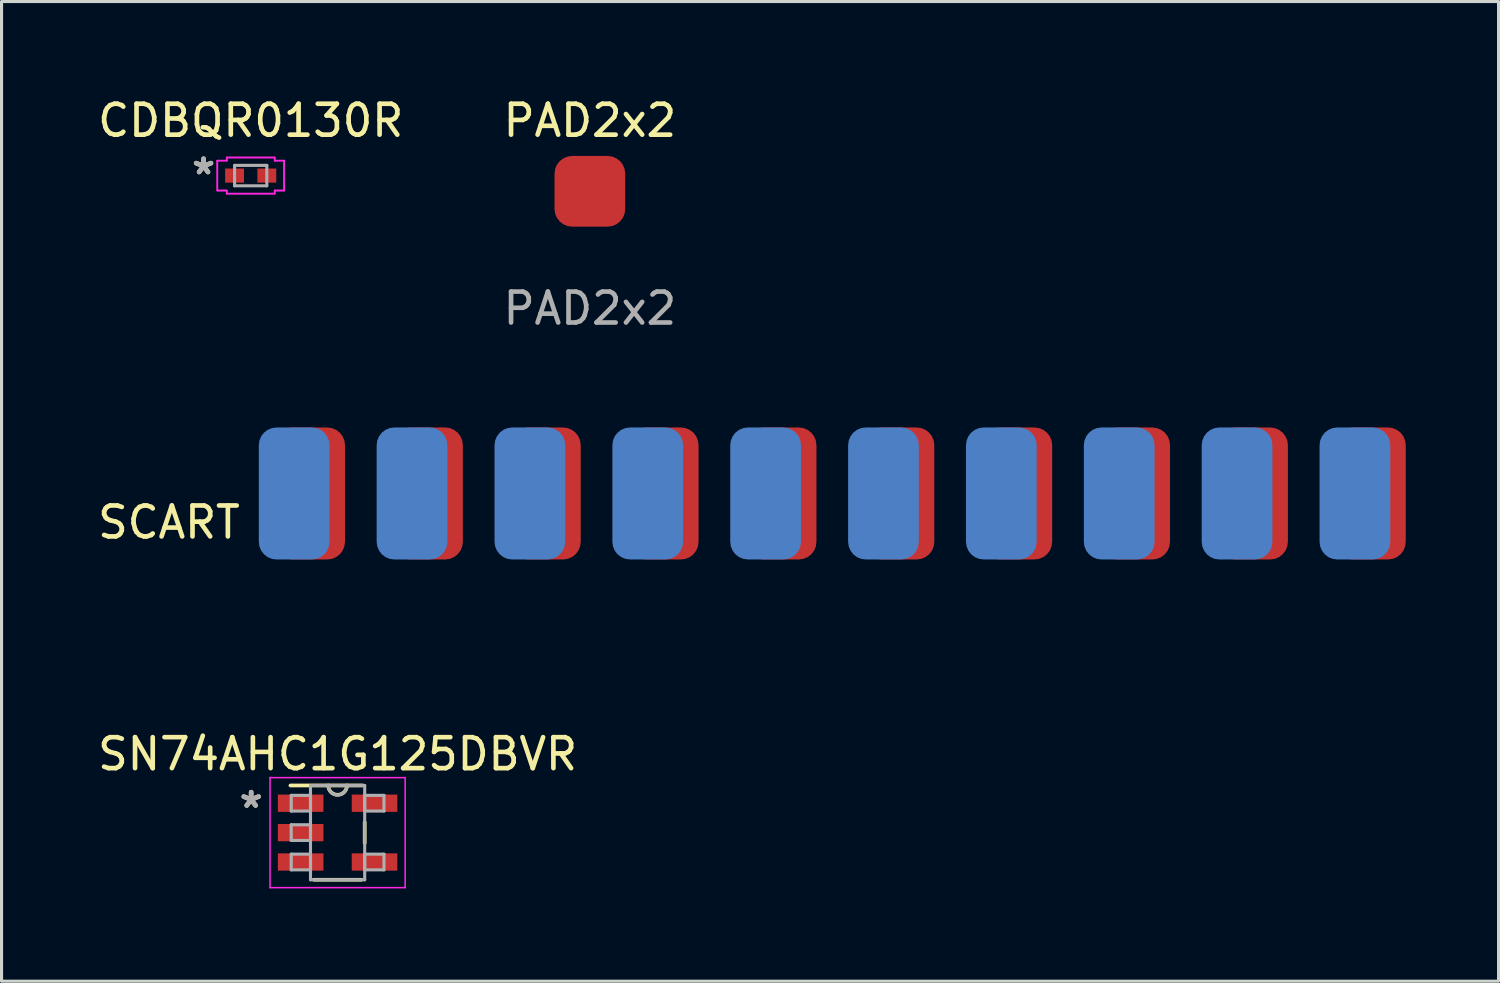
<source format=kicad_pcb>
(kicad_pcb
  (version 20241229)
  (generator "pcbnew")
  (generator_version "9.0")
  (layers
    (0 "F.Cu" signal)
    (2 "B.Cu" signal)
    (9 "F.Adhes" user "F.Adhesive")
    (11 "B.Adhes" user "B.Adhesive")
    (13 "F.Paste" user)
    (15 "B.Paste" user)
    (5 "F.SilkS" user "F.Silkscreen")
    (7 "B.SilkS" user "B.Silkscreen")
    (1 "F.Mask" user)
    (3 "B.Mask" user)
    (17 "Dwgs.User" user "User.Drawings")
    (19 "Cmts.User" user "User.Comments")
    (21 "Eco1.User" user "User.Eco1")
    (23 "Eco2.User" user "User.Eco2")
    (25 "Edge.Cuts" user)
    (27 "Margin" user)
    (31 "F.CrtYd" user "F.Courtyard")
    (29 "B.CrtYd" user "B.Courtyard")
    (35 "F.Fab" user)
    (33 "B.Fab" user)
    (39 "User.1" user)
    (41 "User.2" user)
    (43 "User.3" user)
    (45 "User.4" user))
  (footprint "SCART"
    (layer "F.Cu")
    (at 6.475 15.613)
    (property "Reference" "SCART" (at -4.064 -1.778 0) (unlocked yes) (layer "F.SilkS") (effects (font (size 1 1) (thickness 0.15))))
    (attr smd)
    (fp_line (start 0 0) (end 34.29 0) (stroke (width 0.12) (type solid)) (layer "User.1"))
    (fp_text user "PCB MARGIN" (at 17.272 1.016 0) (unlocked yes) (layer "User.1") (effects (font (size 1 1) (thickness 0.15))))
    (pad "1" smd roundrect (at 34.774 -2.711) (size 2.286 4.267) (layers "F.Cu" "F.Mask" "F.Paste") (roundrect_rratio 0.25))
    (pad "2" smd roundrect (at 34.274 -2.711) (size 2.286 4.267) (layers "B.Cu" "B.Mask" "B.Paste") (roundrect_rratio 0.25))
    (pad "3" smd roundrect (at 30.964 -2.711) (size 2.286 4.267) (layers "F.Cu" "F.Mask" "F.Paste") (roundrect_rratio 0.25))
    (pad "4" smd roundrect (at 30.464 -2.711) (size 2.286 4.267) (layers "B.Cu" "B.Mask" "B.Paste") (roundrect_rratio 0.25))
    (pad "5" smd roundrect (at 27.154 -2.711) (size 2.286 4.267) (layers "F.Cu" "F.Mask" "F.Paste") (roundrect_rratio 0.25))
    (pad "6" smd roundrect (at 26.654 -2.711) (size 2.286 4.267) (layers "B.Cu" "B.Mask" "B.Paste") (roundrect_rratio 0.25))
    (pad "7" smd roundrect (at 23.344 -2.711) (size 2.286 4.267) (layers "F.Cu" "F.Mask" "F.Paste") (roundrect_rratio 0.25))
    (pad "8" smd roundrect (at 22.844 -2.711) (size 2.286 4.267) (layers "B.Cu" "B.Mask" "B.Paste") (roundrect_rratio 0.25))
    (pad "9" smd roundrect (at 19.534 -2.711) (size 2.286 4.267) (layers "F.Cu" "F.Mask" "F.Paste") (roundrect_rratio 0.25))
    (pad "10" smd roundrect (at 19.034 -2.711) (size 2.286 4.267) (layers "B.Cu" "B.Mask" "B.Paste") (roundrect_rratio 0.25))
    (pad "11" smd roundrect (at 15.724 -2.711) (size 2.286 4.267) (layers "F.Cu" "F.Mask" "F.Paste") (roundrect_rratio 0.25))
    (pad "12" smd roundrect (at 15.224 -2.711) (size 2.286 4.267) (layers "B.Cu" "B.Mask" "B.Paste") (roundrect_rratio 0.25))
    (pad "13" smd roundrect (at 11.914 -2.711) (size 2.286 4.267) (layers "F.Cu" "F.Mask" "F.Paste") (roundrect_rratio 0.25))
    (pad "14" smd roundrect (at 11.414 -2.711) (size 2.286 4.267) (layers "B.Cu" "B.Mask" "B.Paste") (roundrect_rratio 0.25))
    (pad "15" smd roundrect (at 8.104 -2.711) (size 2.286 4.267) (layers "F.Cu" "F.Mask" "F.Paste") (roundrect_rratio 0.25))
    (pad "16" smd roundrect (at 7.604 -2.711) (size 2.286 4.267) (layers "B.Cu" "B.Mask" "B.Paste") (roundrect_rratio 0.25))
    (pad "17" smd roundrect (at 4.294 -2.711) (size 2.286 4.267) (layers "F.Cu" "F.Mask" "F.Paste") (roundrect_rratio 0.25))
    (pad "18" smd roundrect (at 3.794 -2.711) (size 2.286 4.267) (layers "B.Cu" "B.Mask" "B.Paste") (roundrect_rratio 0.25))
    (pad "19" smd roundrect (at 0.484 -2.711) (size 2.286 4.267) (layers "F.Cu" "F.Mask" "F.Paste") (roundrect_rratio 0.25))
    (pad "20" smd roundrect (at -0.016 -2.711) (size 2.286 4.267) (layers "B.Cu" "B.Mask" "B.Paste") (roundrect_rratio 0.25)))
  (footprint "SN74AHC1G125DBVR"
    (layer "F.Cu")
    (at 7.863 23.865)
    (property "Reference" "SN74AHC1G125DBVR" (at 0 -2.54 0) (layer "F.SilkS") (effects (font (size 1 1) (thickness 0.15))))
    (attr through_hole)
    (fp_line (start -0.762 1.524) (end 0.762 1.524) (stroke (width 0.12) (type solid)) (layer "F.SilkS"))
    (fp_line (start 0.811 -1.524) (end -1.524 -1.524) (stroke (width 0.12) (type solid)) (layer "F.SilkS"))
    (fp_line (start 0.876 0.338) (end 0.876 -0.338) (stroke (width 0.12) (type solid)) (layer "F.SilkS"))
    (fp_arc (start 0.302516 -1.524) (mid 0 -1.220003) (end -0.302516 -1.524) (stroke (width 0.12) (type solid)) (layer "F.SilkS"))
    (fp_line (start -2.184 -1.778) (end 2.184 -1.778) (stroke (width 0.05) (type solid)) (layer "F.CrtYd"))
    (fp_line (start -2.184 1.778) (end -2.184 -1.778) (stroke (width 0.05) (type solid)) (layer "F.CrtYd"))
    (fp_line (start 2.184 -1.778) (end 2.184 1.778) (stroke (width 0.05) (type solid)) (layer "F.CrtYd"))
    (fp_line (start 2.184 1.778) (end -2.184 1.778) (stroke (width 0.05) (type solid)) (layer "F.CrtYd"))
    (fp_line (start -1.499 -1.204) (end -1.499 -0.696) (stroke (width 0.1) (type solid)) (layer "F.Fab"))
    (fp_line (start -1.499 -0.696) (end -0.876 -0.696) (stroke (width 0.1) (type solid)) (layer "F.Fab"))
    (fp_line (start -1.499 -0.254) (end -1.499 0.254) (stroke (width 0.1) (type solid)) (layer "F.Fab"))
    (fp_line (start -1.499 0.254) (end -0.876 0.254) (stroke (width 0.1) (type solid)) (layer "F.Fab"))
    (fp_line (start -1.499 0.696) (end -1.499 1.204) (stroke (width 0.1) (type solid)) (layer "F.Fab"))
    (fp_line (start -1.499 1.204) (end -0.876 1.204) (stroke (width 0.1) (type solid)) (layer "F.Fab"))
    (fp_line (start -0.876 -1.524) (end -0.876 1.524) (stroke (width 0.1) (type solid)) (layer "F.Fab"))
    (fp_line (start -0.876 -1.204) (end -1.499 -1.204) (stroke (width 0.1) (type solid)) (layer "F.Fab"))
    (fp_line (start -0.876 -0.696) (end -0.876 -1.204) (stroke (width 0.1) (type solid)) (layer "F.Fab"))
    (fp_line (start -0.876 -0.254) (end -1.499 -0.254) (stroke (width 0.1) (type solid)) (layer "F.Fab"))
    (fp_line (start -0.876 0.254) (end -0.876 -0.254) (stroke (width 0.1) (type solid)) (layer "F.Fab"))
    (fp_line (start -0.876 0.696) (end -1.499 0.696) (stroke (width 0.1) (type solid)) (layer "F.Fab"))
    (fp_line (start -0.876 1.204) (end -0.876 0.696) (stroke (width 0.1) (type solid)) (layer "F.Fab"))
    (fp_line (start -0.876 1.524) (end 0.876 1.524) (stroke (width 0.1) (type solid)) (layer "F.Fab"))
    (fp_line (start 0.876 -1.524) (end -0.876 -1.524) (stroke (width 0.1) (type solid)) (layer "F.Fab"))
    (fp_line (start 0.876 -1.204) (end 0.876 -0.696) (stroke (width 0.1) (type solid)) (layer "F.Fab"))
    (fp_line (start 0.876 -0.696) (end 1.499 -0.696) (stroke (width 0.1) (type solid)) (layer "F.Fab"))
    (fp_line (start 0.876 0.696) (end 0.876 1.204) (stroke (width 0.1) (type solid)) (layer "F.Fab"))
    (fp_line (start 0.876 1.204) (end 1.499 1.204) (stroke (width 0.1) (type solid)) (layer "F.Fab"))
    (fp_line (start 0.876 1.524) (end 0.876 -1.524) (stroke (width 0.1) (type solid)) (layer "F.Fab"))
    (fp_line (start 1.499 -1.204) (end 0.876 -1.204) (stroke (width 0.1) (type solid)) (layer "F.Fab"))
    (fp_line (start 1.499 -0.696) (end 1.499 -1.204) (stroke (width 0.1) (type solid)) (layer "F.Fab"))
    (fp_line (start 1.499 0.696) (end 0.876 0.696) (stroke (width 0.1) (type solid)) (layer "F.Fab"))
    (fp_line (start 1.499 1.204) (end 1.499 0.696) (stroke (width 0.1) (type solid)) (layer "F.Fab"))
    (fp_arc (start 0.3048 -1.524) (mid 0 -1.2192) (end -0.3048 -1.524) (stroke (width 0.1) (type solid)) (layer "F.Fab"))
    (fp_text user "*" (at -2.794 -0.762 0) (layer "F.SilkS") (effects (font (size 1 1) (thickness 0.15))))
    (fp_text user "*" (at -2.794 -0.762 0) (layer "F.Fab") (effects (font (size 1 1) (thickness 0.15))))
    (pad "1" smd rect (at -1.194 -0.95) (size 1.473 0.559) (layers "F.Cu" "F.Mask" "F.Paste"))
    (pad "2" smd rect (at -1.194 0) (size 1.473 0.559) (layers "F.Cu" "F.Mask" "F.Paste"))
    (pad "3" smd rect (at -1.194 0.95) (size 1.473 0.559) (layers "F.Cu" "F.Mask" "F.Paste"))
    (pad "4" smd rect (at 1.194 0.95) (size 1.473 0.559) (layers "F.Cu" "F.Mask" "F.Paste"))
    (pad "5" smd rect (at 1.194 -0.95) (size 1.473 0.559) (layers "F.Cu" "F.Mask" "F.Paste")))
  (footprint "CDBQR0130R"
    (layer "F.Cu")
    (at 5.054 2.626)
    (property "Reference" "CDBQR0130R" (at 0 -1.778 0) (layer "F.SilkS") (effects (font (size 1 1) (thickness 0.15))))
    (attr through_hole)
    (fp_line (start -1.079 -0.483) (end -0.775 -0.483) (stroke (width 0.05) (type solid)) (layer "F.CrtYd"))
    (fp_line (start -1.079 -0.483) (end -0.775 -0.483) (stroke (width 0.05) (type solid)) (layer "F.CrtYd"))
    (fp_line (start -1.079 0.483) (end -1.079 -0.483) (stroke (width 0.05) (type solid)) (layer "F.CrtYd"))
    (fp_line (start -1.079 0.483) (end -1.079 -0.483) (stroke (width 0.05) (type solid)) (layer "F.CrtYd"))
    (fp_line (start -1.079 0.483) (end -0.775 0.483) (stroke (width 0.05) (type solid)) (layer "F.CrtYd"))
    (fp_line (start -0.775 -0.584) (end 0.775 -0.584) (stroke (width 0.05) (type solid)) (layer "F.CrtYd"))
    (fp_line (start -0.775 -0.584) (end 0.775 -0.584) (stroke (width 0.05) (type solid)) (layer "F.CrtYd"))
    (fp_line (start -0.775 -0.483) (end -0.775 -0.584) (stroke (width 0.05) (type solid)) (layer "F.CrtYd"))
    (fp_line (start -0.775 -0.483) (end -0.775 -0.584) (stroke (width 0.05) (type solid)) (layer "F.CrtYd"))
    (fp_line (start -0.775 0.483) (end -1.079 0.483) (stroke (width 0.05) (type solid)) (layer "F.CrtYd"))
    (fp_line (start -0.775 0.584) (end -0.775 0.483) (stroke (width 0.05) (type solid)) (layer "F.CrtYd"))
    (fp_line (start -0.775 0.584) (end -0.775 0.483) (stroke (width 0.05) (type solid)) (layer "F.CrtYd"))
    (fp_line (start 0.775 -0.584) (end 0.775 -0.483) (stroke (width 0.05) (type solid)) (layer "F.CrtYd"))
    (fp_line (start 0.775 -0.584) (end 0.775 -0.483) (stroke (width 0.05) (type solid)) (layer "F.CrtYd"))
    (fp_line (start 0.775 -0.483) (end 1.079 -0.483) (stroke (width 0.05) (type solid)) (layer "F.CrtYd"))
    (fp_line (start 0.775 0.483) (end 0.775 0.584) (stroke (width 0.05) (type solid)) (layer "F.CrtYd"))
    (fp_line (start 0.775 0.483) (end 0.775 0.584) (stroke (width 0.05) (type solid)) (layer "F.CrtYd"))
    (fp_line (start 0.775 0.584) (end -0.775 0.584) (stroke (width 0.05) (type solid)) (layer "F.CrtYd"))
    (fp_line (start 0.775 0.584) (end -0.775 0.584) (stroke (width 0.05) (type solid)) (layer "F.CrtYd"))
    (fp_line (start 1.079 -0.483) (end 0.775 -0.483) (stroke (width 0.05) (type solid)) (layer "F.CrtYd"))
    (fp_line (start 1.079 -0.483) (end 1.079 0.483) (stroke (width 0.05) (type solid)) (layer "F.CrtYd"))
    (fp_line (start 1.079 -0.483) (end 1.079 0.483) (stroke (width 0.05) (type solid)) (layer "F.CrtYd"))
    (fp_line (start 1.079 0.483) (end 0.775 0.483) (stroke (width 0.05) (type solid)) (layer "F.CrtYd"))
    (fp_line (start 1.079 0.483) (end 0.775 0.483) (stroke (width 0.05) (type solid)) (layer "F.CrtYd"))
    (fp_line (start -0.521 -0.33) (end -0.521 0.33) (stroke (width 0.1) (type solid)) (layer "F.Fab"))
    (fp_line (start -0.521 0.33) (end 0.521 0.33) (stroke (width 0.1) (type solid)) (layer "F.Fab"))
    (fp_line (start 0.521 -0.33) (end -0.521 -0.33) (stroke (width 0.1) (type solid)) (layer "F.Fab"))
    (fp_line (start 0.521 0.33) (end 0.521 -0.33) (stroke (width 0.1) (type solid)) (layer "F.Fab"))
    (fp_text user "*" (at -1.524 0 0) (layer "F.SilkS") (effects (font (size 1 1) (thickness 0.15))))
    (fp_text user "*" (at -1.524 0 0) (layer "F.Fab") (effects (font (size 1 1) (thickness 0.15))))
    (pad "1" smd rect (at -0.521 0) (size 0.61 0.457) (layers "F.Cu" "F.Mask" "F.Paste"))
    (pad "2" smd rect (at 0.521 0) (size 0.61 0.457) (layers "F.Cu" "F.Mask" "F.Paste")))
  (footprint "PAD2x2"
    (layer "F.Cu")
    (at 16.018 3.134)
    (property "Reference" "PAD2x2" (at 0 -2.286 0) (unlocked yes) (layer "F.SilkS") (effects (font (size 1 1) (thickness 0.15))))
    (attr smd)
    (fp_text user "${REFERENCE}" (at 0 3.786 0) (unlocked yes) (layer "F.Fab") (effects (font (size 1 1) (thickness 0.15))))
    (pad "1" smd roundrect (at 0 0) (size 2.286 2.286) (layers "F.Cu" "F.Mask" "F.Paste") (roundrect_rratio 0.25)))
  (gr_rect
    (start -3 -3)
    (end 45.392 28.668)
    (stroke (width 0.1) (type default))
    (fill no)
    (layer "Edge.Cuts")))
</source>
